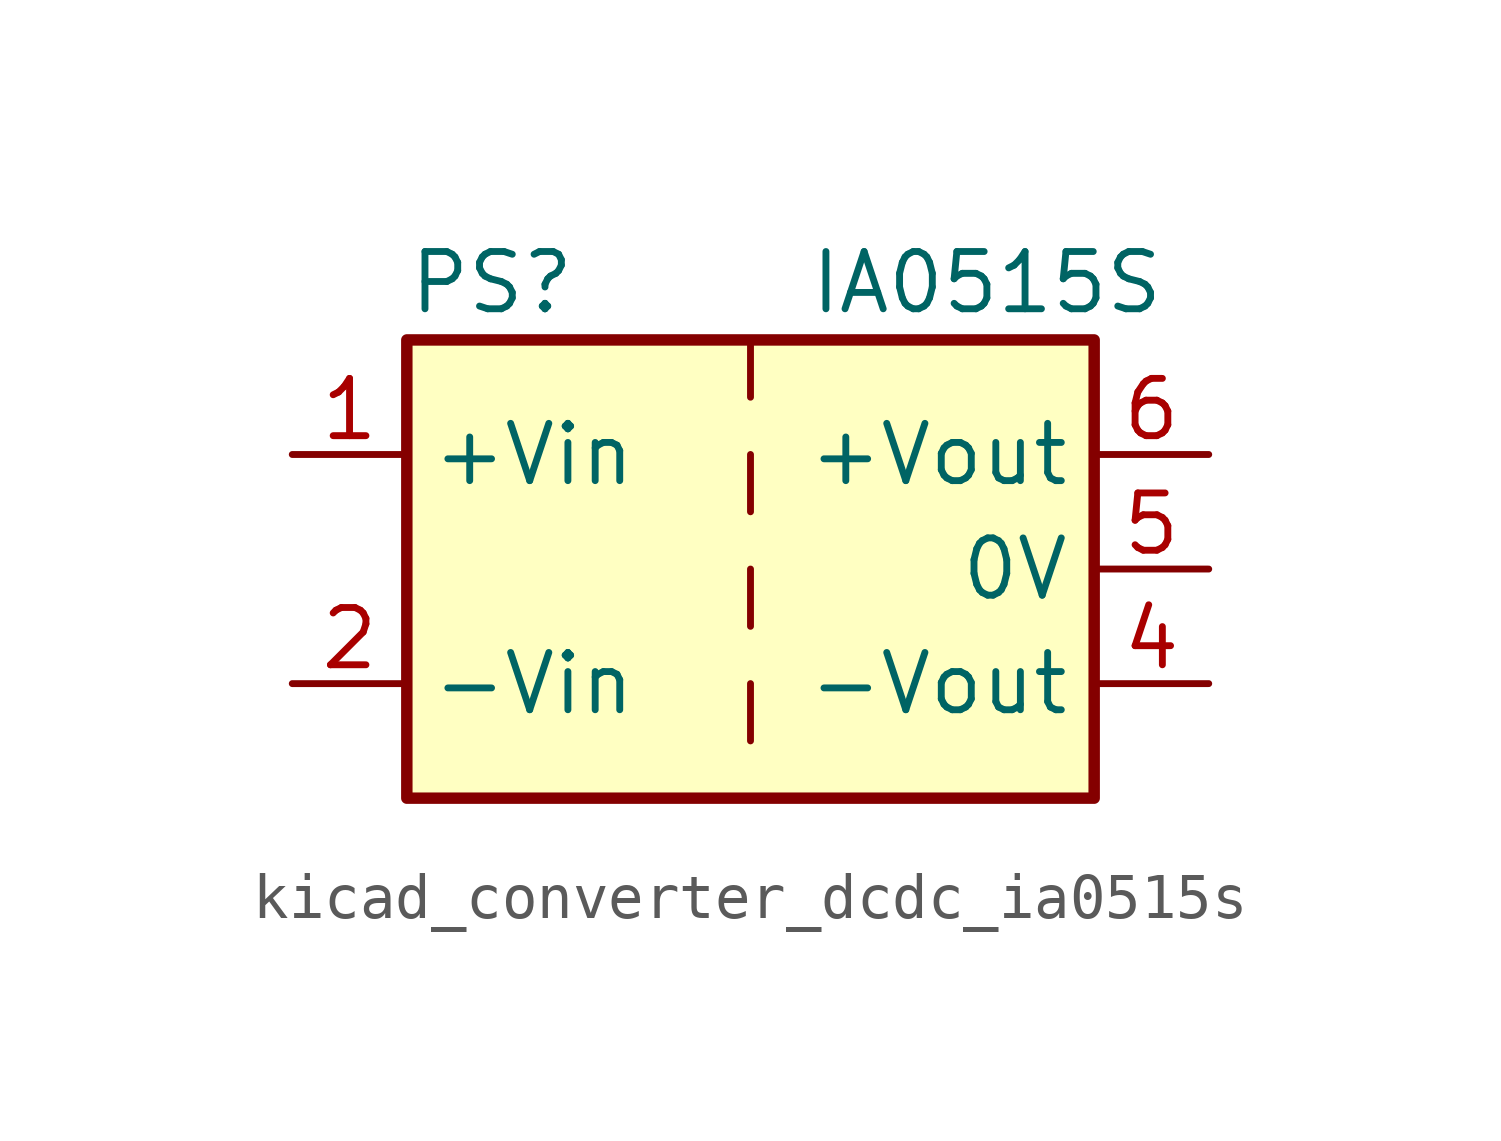
<source format=kicad_sym>
(kicad_symbol_lib
  (version 20220914)
  (generator kicad_symbol_editor)
  (symbol "kicad_converter_dcdc_ia0515s"
    (property "Reference" "PS"
      (at -7.62 6.35 0)
      (effects (font (size 1.27 1.27)) (justify left)))
    (property "Value" "IA0515S"
      (at 1.27 6.35 0)
      (effects (font (size 1.27 1.27)) (justify left)))
    (symbol "kicad_converter_dcdc_ia0515s_0_0"
      (pin power_in line (at -10.16 2.54 0) (length 2.54) (name "+Vin" (effects (font (size 1.27 1.27)))) (number "1" (effects (font (size 1.27 1.27)))))
      (pin power_in line (at -10.16 -2.54 0) (length 2.54) (name "-Vin" (effects (font (size 1.27 1.27)))) (number "2" (effects (font (size 1.27 1.27)))))
      (pin power_out line (at 10.16 -2.54 180) (length 2.54) (name "-Vout" (effects (font (size 1.27 1.27)))) (number "4" (effects (font (size 1.27 1.27)))))
      (pin power_out line (at 10.16 0 180) (length 2.54) (name "0V" (effects (font (size 1.27 1.27)))) (number "5" (effects (font (size 1.27 1.27)))))
      (pin power_out line (at 10.16 2.54 180) (length 2.54) (name "+Vout" (effects (font (size 1.27 1.27)))) (number "6" (effects (font (size 1.27 1.27))))))
    (symbol "kicad_converter_dcdc_ia0515s_0_1"
      (rectangle (start -7.62 5.08) (end 7.62 -5.08) (stroke (width 0.254) (type default)) (fill (type background)))
      (polyline (pts (xy 0 -2.54) (xy 0 -3.81)) (stroke (width 0) (type default)) (fill (type none)))
      (polyline (pts (xy 0 0) (xy 0 -1.27)) (stroke (width 0) (type default)) (fill (type none)))
      (polyline (pts (xy 0 2.54) (xy 0 1.27)) (stroke (width 0) (type default)) (fill (type none)))
      (polyline (pts (xy 0 5.08) (xy 0 3.81)) (stroke (width 0) (type default)) (fill (type none))))))
</source>
